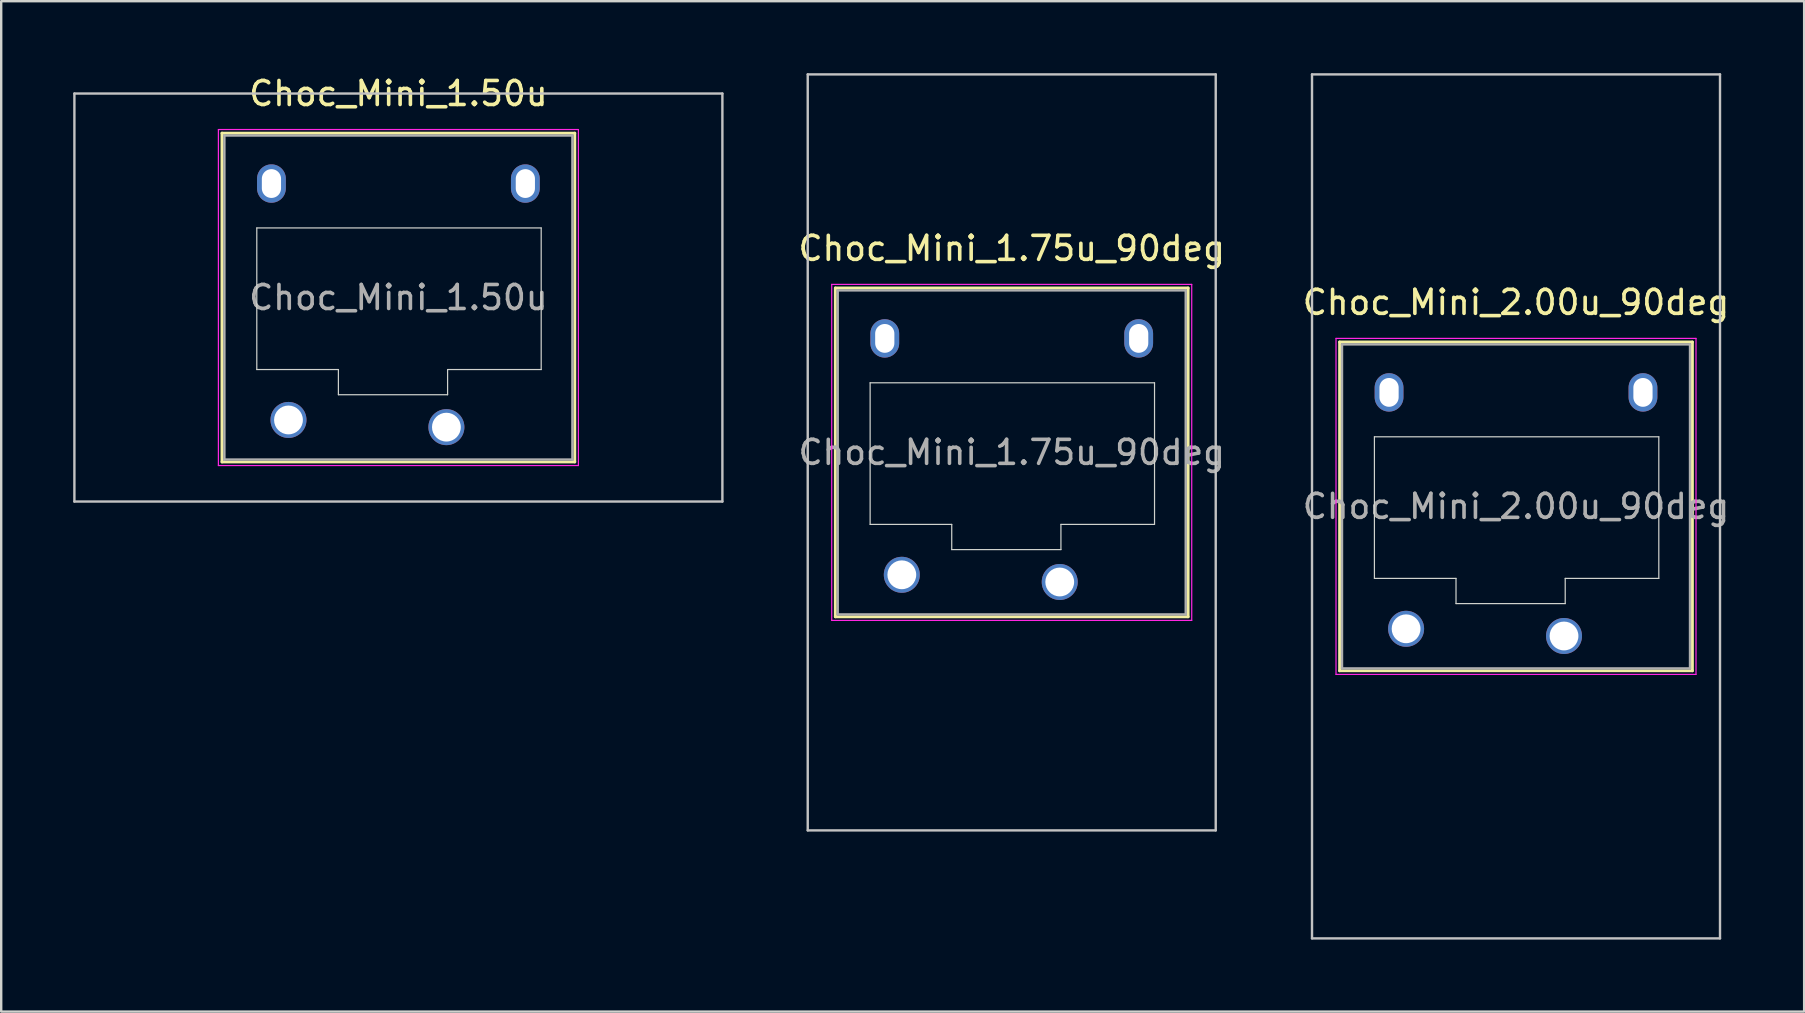
<source format=kicad_pcb>
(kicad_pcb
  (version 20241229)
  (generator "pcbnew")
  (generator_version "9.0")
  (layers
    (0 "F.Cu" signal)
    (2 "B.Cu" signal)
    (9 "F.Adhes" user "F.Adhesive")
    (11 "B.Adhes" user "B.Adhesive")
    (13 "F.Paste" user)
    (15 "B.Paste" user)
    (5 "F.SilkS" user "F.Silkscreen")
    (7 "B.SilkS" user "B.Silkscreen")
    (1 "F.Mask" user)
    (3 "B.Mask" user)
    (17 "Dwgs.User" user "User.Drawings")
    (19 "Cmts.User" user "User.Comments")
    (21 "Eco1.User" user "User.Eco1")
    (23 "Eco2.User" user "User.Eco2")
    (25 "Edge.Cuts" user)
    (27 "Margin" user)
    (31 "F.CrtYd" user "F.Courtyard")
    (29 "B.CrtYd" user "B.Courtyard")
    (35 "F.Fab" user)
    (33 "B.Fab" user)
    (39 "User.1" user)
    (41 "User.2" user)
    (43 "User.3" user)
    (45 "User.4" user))
  (footprint "Choc_Mini_1.50u"
    (layer "F.Cu")
    (at 13.55 9.348)
    (property "Reference" "Choc_Mini_1.50u" (at 0 -8.5 0) (layer "F.SilkS") (effects (font (size 1 1) (thickness 0.15))))
    (attr through_hole)
    (fp_line (start -7.35 -6.85) (end -7.35 6.85) (stroke (width 0.12) (type solid)) (layer "F.SilkS"))
    (fp_line (start -7.35 6.85) (end 7.35 6.85) (stroke (width 0.12) (type solid)) (layer "F.SilkS"))
    (fp_line (start 7.35 -6.85) (end -7.35 -6.85) (stroke (width 0.12) (type solid)) (layer "F.SilkS"))
    (fp_line (start 7.35 6.85) (end 7.35 -6.85) (stroke (width 0.12) (type solid)) (layer "F.SilkS"))
    (fp_line (start -13.5 -8.5) (end -13.5 8.5) (stroke (width 0.1) (type solid)) (layer "Dwgs.User"))
    (fp_line (start -13.5 8.5) (end 13.5 8.5) (stroke (width 0.1) (type solid)) (layer "Dwgs.User"))
    (fp_line (start 13.5 -8.5) (end -13.5 -8.5) (stroke (width 0.1) (type solid)) (layer "Dwgs.User"))
    (fp_line (start 13.5 8.5) (end 13.5 -8.5) (stroke (width 0.1) (type solid)) (layer "Dwgs.User"))
    (fp_line (start -6.85 -6.35) (end -6.85 6.35) (stroke (width 0.1) (type solid)) (layer "Eco1.User"))
    (fp_line (start -6.85 6.35) (end 6.85 6.35) (stroke (width 0.1) (type solid)) (layer "Eco1.User"))
    (fp_line (start 6.85 -6.35) (end -6.85 -6.35) (stroke (width 0.1) (type solid)) (layer "Eco1.User"))
    (fp_line (start 6.85 6.35) (end 6.85 -6.35) (stroke (width 0.1) (type solid)) (layer "Eco1.User"))
    (fp_line (start -5.9 -2.9) (end -5.9 3) (stroke (width 0.05) (type solid)) (layer "Edge.Cuts"))
    (fp_line (start -5.9 3) (end -2.5 3) (stroke (width 0.05) (type solid)) (layer "Edge.Cuts"))
    (fp_line (start -2.5 3) (end -2.5 4.05) (stroke (width 0.05) (type solid)) (layer "Edge.Cuts"))
    (fp_line (start -2.5 4.05) (end 2.05 4.05) (stroke (width 0.05) (type solid)) (layer "Edge.Cuts"))
    (fp_line (start 2.05 3) (end 5.95 3) (stroke (width 0.05) (type solid)) (layer "Edge.Cuts"))
    (fp_line (start 2.05 4.05) (end 2.05 3) (stroke (width 0.05) (type solid)) (layer "Edge.Cuts"))
    (fp_line (start 5.95 -2.9) (end -5.9 -2.9) (stroke (width 0.05) (type solid)) (layer "Edge.Cuts"))
    (fp_line (start 5.95 3) (end 5.95 -2.9) (stroke (width 0.05) (type solid)) (layer "Edge.Cuts"))
    (fp_line (start -7.5 -7) (end -7.5 7) (stroke (width 0.05) (type solid)) (layer "F.CrtYd"))
    (fp_line (start -7.5 7) (end 7.5 7) (stroke (width 0.05) (type solid)) (layer "F.CrtYd"))
    (fp_line (start 7.5 -7) (end -7.5 -7) (stroke (width 0.05) (type solid)) (layer "F.CrtYd"))
    (fp_line (start 7.5 7) (end 7.5 -7) (stroke (width 0.05) (type solid)) (layer "F.CrtYd"))
    (fp_line (start -7.25 -6.75) (end -7.25 6.75) (stroke (width 0.1) (type solid)) (layer "F.Fab"))
    (fp_line (start -7.25 6.75) (end 7.25 6.75) (stroke (width 0.1) (type solid)) (layer "F.Fab"))
    (fp_line (start 7.25 -6.75) (end -7.25 -6.75) (stroke (width 0.1) (type solid)) (layer "F.Fab"))
    (fp_line (start 7.25 6.75) (end 7.25 -6.75) (stroke (width 0.1) (type solid)) (layer "F.Fab"))
    (fp_text user "${REFERENCE}" (at 0 0 0) (layer "F.Fab") (effects (font (size 1 1) (thickness 0.15))))
    (pad "" np_thru_hole oval (at -5.29 -4.75) (size 1.2 1.6) (drill oval 0.8 1.2) (layers "*.Cu" "*.Mask"))
    (pad "" np_thru_hole oval (at 5.29 -4.75) (size 1.2 1.6) (drill oval 0.8 1.2) (layers "*.Cu" "*.Mask"))
    (pad "1" thru_hole circle (at 2 5.4) (size 1.5 1.5) (drill 1.2) (layers "*.Cu" "*.Mask"))
    (pad "2" thru_hole circle (at -4.58 5.1) (size 1.5 1.5) (drill 1.2) (layers "*.Cu" "*.Mask")))
  (footprint "Choc_Mini_1.75u_90deg"
    (layer "F.Cu")
    (at 39.106 15.8)
    (property "Reference" "Choc_Mini_1.75u_90deg" (at 0 -8.5 0) (layer "F.SilkS") (effects (font (size 1 1) (thickness 0.15))))
    (attr through_hole)
    (fp_line (start -7.35 -6.85) (end -7.35 6.85) (stroke (width 0.12) (type solid)) (layer "F.SilkS"))
    (fp_line (start -7.35 6.85) (end 7.35 6.85) (stroke (width 0.12) (type solid)) (layer "F.SilkS"))
    (fp_line (start 7.35 -6.85) (end -7.35 -6.85) (stroke (width 0.12) (type solid)) (layer "F.SilkS"))
    (fp_line (start 7.35 6.85) (end 7.35 -6.85) (stroke (width 0.12) (type solid)) (layer "F.SilkS"))
    (fp_line (start -8.5 -15.75) (end 8.5 -15.75) (stroke (width 0.1) (type solid)) (layer "Dwgs.User"))
    (fp_line (start -8.5 15.75) (end -8.5 -15.75) (stroke (width 0.1) (type solid)) (layer "Dwgs.User"))
    (fp_line (start 8.5 -15.75) (end 8.5 15.75) (stroke (width 0.1) (type solid)) (layer "Dwgs.User"))
    (fp_line (start 8.5 15.75) (end -8.5 15.75) (stroke (width 0.1) (type solid)) (layer "Dwgs.User"))
    (fp_line (start -6.85 -6.35) (end -6.85 6.35) (stroke (width 0.1) (type solid)) (layer "Eco1.User"))
    (fp_line (start -6.85 6.35) (end 6.85 6.35) (stroke (width 0.1) (type solid)) (layer "Eco1.User"))
    (fp_line (start 6.85 -6.35) (end -6.85 -6.35) (stroke (width 0.1) (type solid)) (layer "Eco1.User"))
    (fp_line (start 6.85 6.35) (end 6.85 -6.35) (stroke (width 0.1) (type solid)) (layer "Eco1.User"))
    (fp_line (start -5.9 -2.9) (end -5.9 3) (stroke (width 0.05) (type solid)) (layer "Edge.Cuts"))
    (fp_line (start -5.9 3) (end -2.5 3) (stroke (width 0.05) (type solid)) (layer "Edge.Cuts"))
    (fp_line (start -2.5 3) (end -2.5 4.05) (stroke (width 0.05) (type solid)) (layer "Edge.Cuts"))
    (fp_line (start -2.5 4.05) (end 2.05 4.05) (stroke (width 0.05) (type solid)) (layer "Edge.Cuts"))
    (fp_line (start 2.05 3) (end 5.95 3) (stroke (width 0.05) (type solid)) (layer "Edge.Cuts"))
    (fp_line (start 2.05 4.05) (end 2.05 3) (stroke (width 0.05) (type solid)) (layer "Edge.Cuts"))
    (fp_line (start 5.95 -2.9) (end -5.9 -2.9) (stroke (width 0.05) (type solid)) (layer "Edge.Cuts"))
    (fp_line (start 5.95 3) (end 5.95 -2.9) (stroke (width 0.05) (type solid)) (layer "Edge.Cuts"))
    (fp_line (start -7.5 -7) (end -7.5 7) (stroke (width 0.05) (type solid)) (layer "F.CrtYd"))
    (fp_line (start -7.5 7) (end 7.5 7) (stroke (width 0.05) (type solid)) (layer "F.CrtYd"))
    (fp_line (start 7.5 -7) (end -7.5 -7) (stroke (width 0.05) (type solid)) (layer "F.CrtYd"))
    (fp_line (start 7.5 7) (end 7.5 -7) (stroke (width 0.05) (type solid)) (layer "F.CrtYd"))
    (fp_line (start -7.25 -6.75) (end -7.25 6.75) (stroke (width 0.1) (type solid)) (layer "F.Fab"))
    (fp_line (start -7.25 6.75) (end 7.25 6.75) (stroke (width 0.1) (type solid)) (layer "F.Fab"))
    (fp_line (start 7.25 -6.75) (end -7.25 -6.75) (stroke (width 0.1) (type solid)) (layer "F.Fab"))
    (fp_line (start 7.25 6.75) (end 7.25 -6.75) (stroke (width 0.1) (type solid)) (layer "F.Fab"))
    (fp_text user "${REFERENCE}" (at 0 0 0) (layer "F.Fab") (effects (font (size 1 1) (thickness 0.15))))
    (pad "" np_thru_hole oval (at -5.29 -4.75) (size 1.2 1.6) (drill oval 0.8 1.2) (layers "*.Cu" "*.Mask"))
    (pad "" np_thru_hole oval (at 5.29 -4.75) (size 1.2 1.6) (drill oval 0.8 1.2) (layers "*.Cu" "*.Mask"))
    (pad "1" thru_hole circle (at 2 5.4) (size 1.5 1.5) (drill 1.2) (layers "*.Cu" "*.Mask"))
    (pad "2" thru_hole circle (at -4.58 5.1) (size 1.5 1.5) (drill 1.2) (layers "*.Cu" "*.Mask")))
  (footprint "Choc_Mini_2.00u_90deg"
    (layer "F.Cu")
    (at 60.118 18.05)
    (property "Reference" "Choc_Mini_2.00u_90deg" (at 0 -8.5 0) (layer "F.SilkS") (effects (font (size 1 1) (thickness 0.15))))
    (attr through_hole)
    (fp_line (start -7.35 -6.85) (end -7.35 6.85) (stroke (width 0.12) (type solid)) (layer "F.SilkS"))
    (fp_line (start -7.35 6.85) (end 7.35 6.85) (stroke (width 0.12) (type solid)) (layer "F.SilkS"))
    (fp_line (start 7.35 -6.85) (end -7.35 -6.85) (stroke (width 0.12) (type solid)) (layer "F.SilkS"))
    (fp_line (start 7.35 6.85) (end 7.35 -6.85) (stroke (width 0.12) (type solid)) (layer "F.SilkS"))
    (fp_line (start -8.5 -18) (end 8.5 -18) (stroke (width 0.1) (type solid)) (layer "Dwgs.User"))
    (fp_line (start -8.5 18) (end -8.5 -18) (stroke (width 0.1) (type solid)) (layer "Dwgs.User"))
    (fp_line (start 8.5 -18) (end 8.5 18) (stroke (width 0.1) (type solid)) (layer "Dwgs.User"))
    (fp_line (start 8.5 18) (end -8.5 18) (stroke (width 0.1) (type solid)) (layer "Dwgs.User"))
    (fp_line (start -6.85 -6.35) (end -6.85 6.35) (stroke (width 0.1) (type solid)) (layer "Eco1.User"))
    (fp_line (start -6.85 6.35) (end 6.85 6.35) (stroke (width 0.1) (type solid)) (layer "Eco1.User"))
    (fp_line (start 6.85 -6.35) (end -6.85 -6.35) (stroke (width 0.1) (type solid)) (layer "Eco1.User"))
    (fp_line (start 6.85 6.35) (end 6.85 -6.35) (stroke (width 0.1) (type solid)) (layer "Eco1.User"))
    (fp_line (start -5.9 -2.9) (end -5.9 3) (stroke (width 0.05) (type solid)) (layer "Edge.Cuts"))
    (fp_line (start -5.9 3) (end -2.5 3) (stroke (width 0.05) (type solid)) (layer "Edge.Cuts"))
    (fp_line (start -2.5 3) (end -2.5 4.05) (stroke (width 0.05) (type solid)) (layer "Edge.Cuts"))
    (fp_line (start -2.5 4.05) (end 2.05 4.05) (stroke (width 0.05) (type solid)) (layer "Edge.Cuts"))
    (fp_line (start 2.05 3) (end 5.95 3) (stroke (width 0.05) (type solid)) (layer "Edge.Cuts"))
    (fp_line (start 2.05 4.05) (end 2.05 3) (stroke (width 0.05) (type solid)) (layer "Edge.Cuts"))
    (fp_line (start 5.95 -2.9) (end -5.9 -2.9) (stroke (width 0.05) (type solid)) (layer "Edge.Cuts"))
    (fp_line (start 5.95 3) (end 5.95 -2.9) (stroke (width 0.05) (type solid)) (layer "Edge.Cuts"))
    (fp_line (start -7.5 -7) (end -7.5 7) (stroke (width 0.05) (type solid)) (layer "F.CrtYd"))
    (fp_line (start -7.5 7) (end 7.5 7) (stroke (width 0.05) (type solid)) (layer "F.CrtYd"))
    (fp_line (start 7.5 -7) (end -7.5 -7) (stroke (width 0.05) (type solid)) (layer "F.CrtYd"))
    (fp_line (start 7.5 7) (end 7.5 -7) (stroke (width 0.05) (type solid)) (layer "F.CrtYd"))
    (fp_line (start -7.25 -6.75) (end -7.25 6.75) (stroke (width 0.1) (type solid)) (layer "F.Fab"))
    (fp_line (start -7.25 6.75) (end 7.25 6.75) (stroke (width 0.1) (type solid)) (layer "F.Fab"))
    (fp_line (start 7.25 -6.75) (end -7.25 -6.75) (stroke (width 0.1) (type solid)) (layer "F.Fab"))
    (fp_line (start 7.25 6.75) (end 7.25 -6.75) (stroke (width 0.1) (type solid)) (layer "F.Fab"))
    (fp_text user "${REFERENCE}" (at 0 0 0) (layer "F.Fab") (effects (font (size 1 1) (thickness 0.15))))
    (pad "" np_thru_hole oval (at -5.29 -4.75) (size 1.2 1.6) (drill oval 0.8 1.2) (layers "*.Cu" "*.Mask"))
    (pad "" np_thru_hole oval (at 5.29 -4.75) (size 1.2 1.6) (drill oval 0.8 1.2) (layers "*.Cu" "*.Mask"))
    (pad "1" thru_hole circle (at 2 5.4) (size 1.5 1.5) (drill 1.2) (layers "*.Cu" "*.Mask"))
    (pad "2" thru_hole circle (at -4.58 5.1) (size 1.5 1.5) (drill 1.2) (layers "*.Cu" "*.Mask")))
  (gr_rect
    (start -3 -3)
    (end 72.124 39.1)
    (stroke (width 0.1) (type default))
    (fill no)
    (layer "Edge.Cuts")))
</source>
